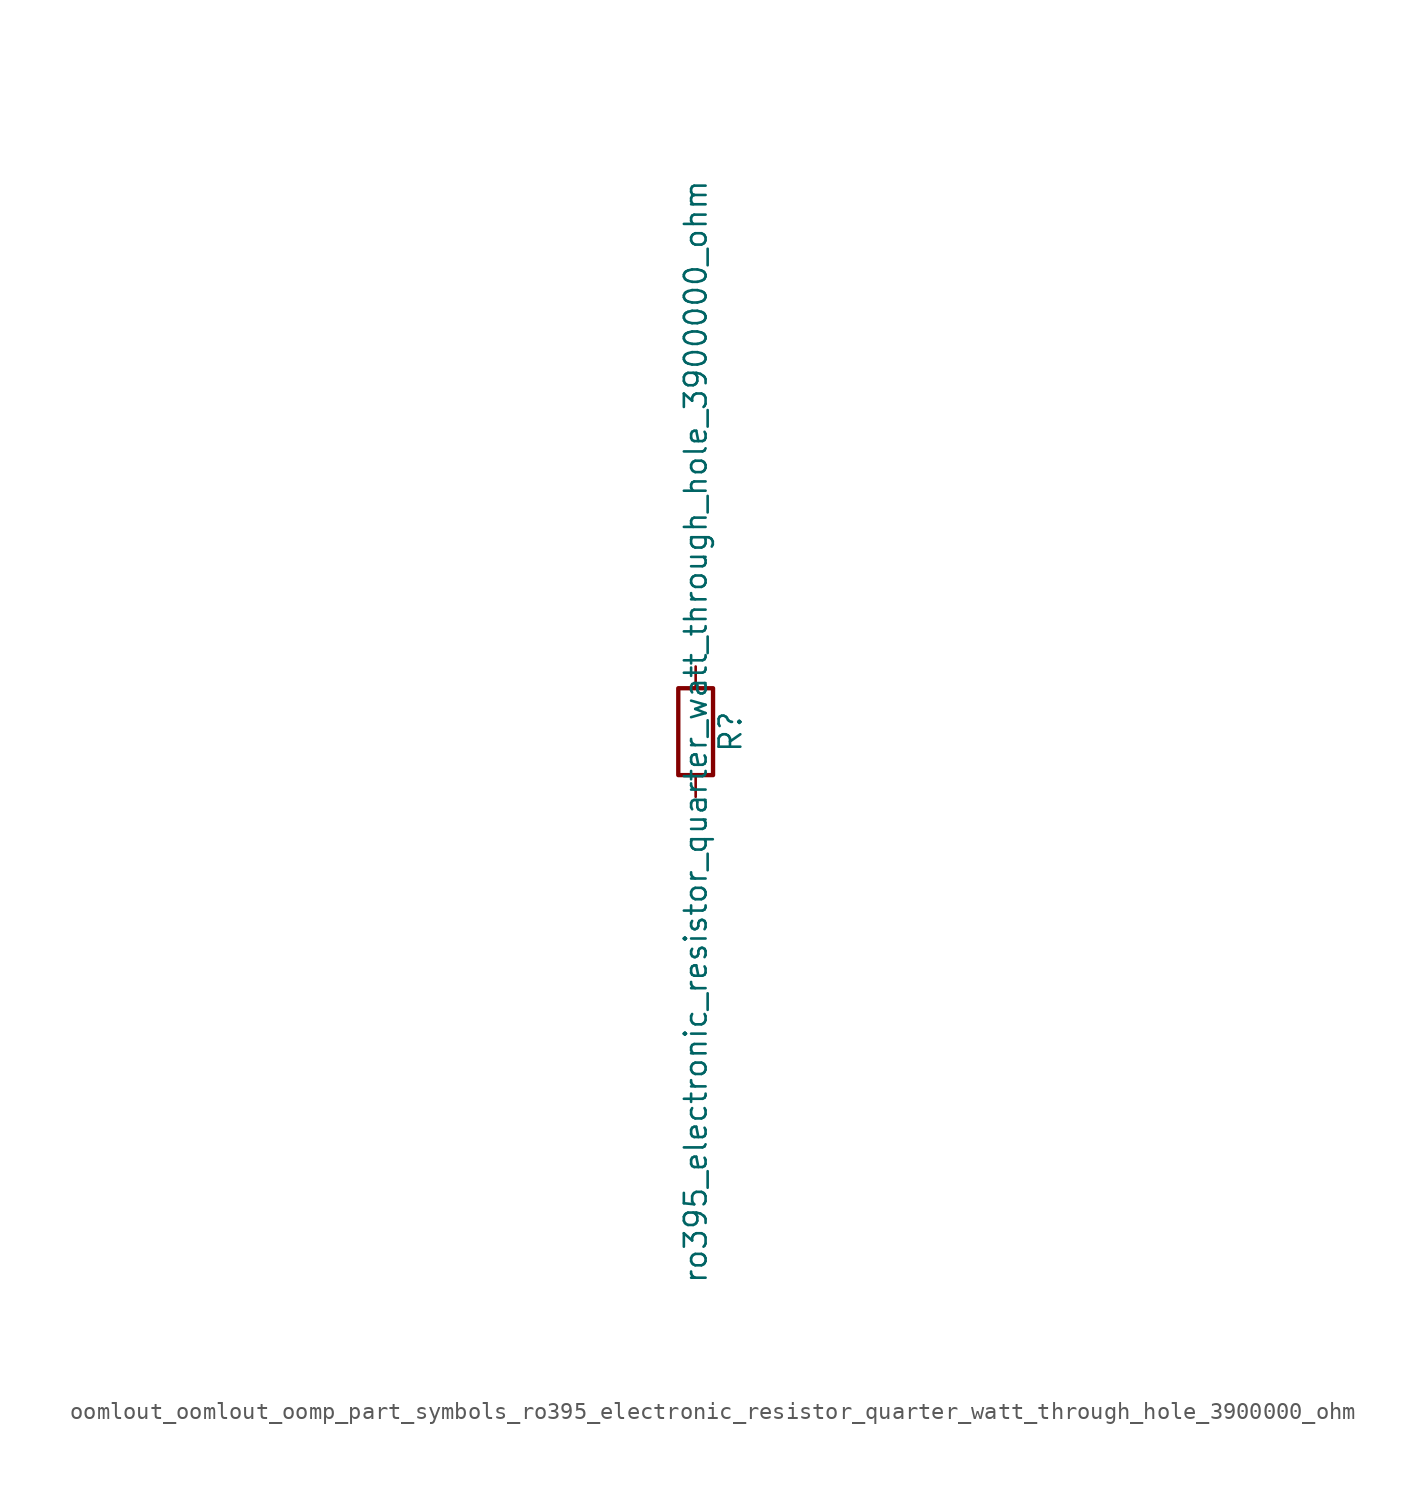
<source format=kicad_sym>
(kicad_symbol_lib
  (version 20220914)
  (generator kicad_symbol_editor)
  (symbol "oomlout_oomlout_oomp_part_symbols_ro395_electronic_resistor_quarter_watt_through_hole_3900000_ohm"
    (pin_numbers hide)
    (pin_names
      (offset 0))
    (property "Reference" "R"
      (at 2.032 0 90)
      (effects (font (size 1.27 1.27))))
    (property "Value" "ro395_electronic_resistor_quarter_watt_through_hole_3900000_ohm"
      (at 0 0 90)
      (effects (font (size 1.27 1.27))))
    (symbol "oomlout_oomlout_oomp_part_symbols_ro395_electronic_resistor_quarter_watt_through_hole_3900000_ohm_0_1"
      (rectangle (start -1.016 -2.54) (end 1.016 2.54) (stroke (width 0.254) (type default)) (fill (type none))))
    (symbol "oomlout_oomlout_oomp_part_symbols_ro395_electronic_resistor_quarter_watt_through_hole_3900000_ohm_1_1"
      (pin passive line (at 0 3.81 270) (length 1.27) (name "~" (effects (font (size 1.27 1.27)))) (number "1" (effects (font (size 1.27 1.27)))))
      (pin passive line (at 0 -3.81 90) (length 1.27) (name "~" (effects (font (size 1.27 1.27)))) (number "2" (effects (font (size 1.27 1.27))))))))
</source>
